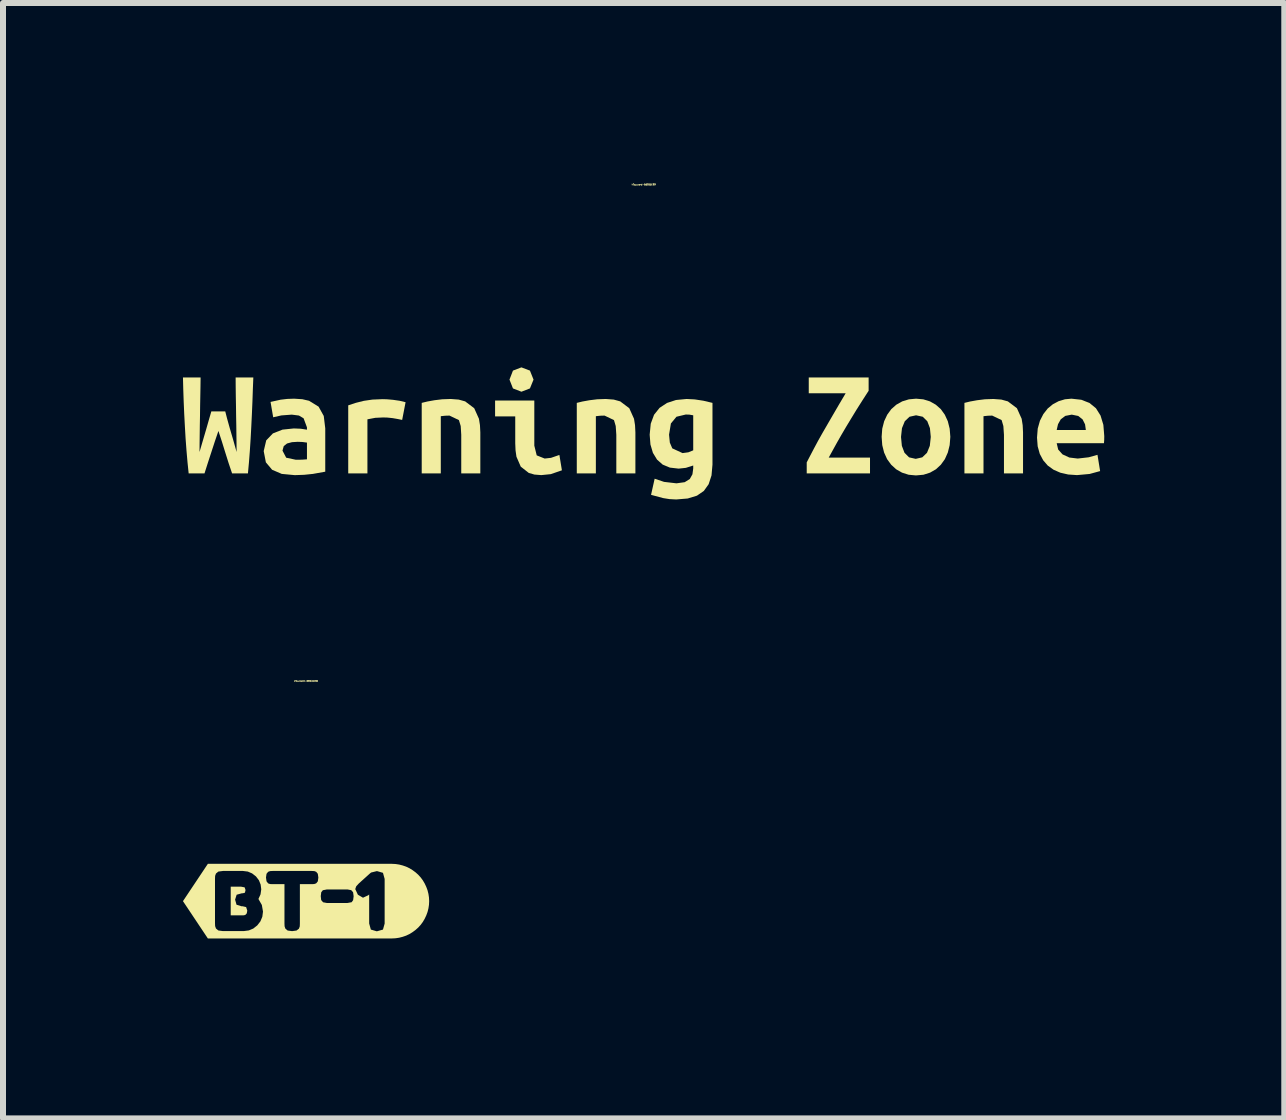
<source format=kicad_pcb>
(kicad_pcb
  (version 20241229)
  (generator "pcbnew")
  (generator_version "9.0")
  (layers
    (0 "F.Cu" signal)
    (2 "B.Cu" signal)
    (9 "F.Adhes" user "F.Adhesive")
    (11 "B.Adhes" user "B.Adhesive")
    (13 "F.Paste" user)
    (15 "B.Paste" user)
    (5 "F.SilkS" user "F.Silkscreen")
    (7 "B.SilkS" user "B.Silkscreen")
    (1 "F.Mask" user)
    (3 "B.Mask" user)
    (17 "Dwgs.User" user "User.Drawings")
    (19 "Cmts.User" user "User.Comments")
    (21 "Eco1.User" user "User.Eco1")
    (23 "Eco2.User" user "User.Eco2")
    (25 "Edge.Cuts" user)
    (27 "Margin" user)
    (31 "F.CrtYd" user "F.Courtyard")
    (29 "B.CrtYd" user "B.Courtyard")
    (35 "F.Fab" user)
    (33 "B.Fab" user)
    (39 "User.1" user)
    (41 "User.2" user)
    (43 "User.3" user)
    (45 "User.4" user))
  (footprint "kibuzzard-66935E99"
    (layer "F.Cu")
    (at 7.679 4.175)
    (property "Reference" "kibuzzard-66935E99" (at 0 -4.149 180) (layer "F.SilkS") (effects (font (size 0.025 0.025) (thickness 0.15))))
    (attr board_only exclude_from_pos_files exclude_from_bom)
    (fp_poly (pts (xy -1.835 -0.897) (xy -1.895 -0.75) (xy -2.037 -0.695) (xy -2.178 -0.75) (xy -2.236 -0.897) (xy -2.178 -1.047) (xy -2.037 -1.101) (xy -1.895 -1.047) (xy -1.835 -0.897)) (stroke (width 0) (type solid)) (fill yes) (layer "F.SilkS"))
    (fp_poly (pts (xy -4.025 -0.225) (xy -4.098 -0.24) (xy -4.185 -0.255) (xy -4.27 -0.264) (xy -4.34 -0.266) (xy -4.472 -0.26) (xy -4.604 -0.235) (xy -4.604 0.667) (xy -4.924 0.667) (xy -4.924 -0.468) (xy -4.796 -0.51) (xy -4.664 -0.543) (xy -4.52 -0.564) (xy -4.353 -0.571) (xy -4.279 -0.569) (xy -4.177 -0.56) (xy -4.067 -0.544) (xy -3.968 -0.52) (xy -4.025 -0.225)) (stroke (width 0) (type solid)) (fill yes) (layer "F.SilkS"))
    (fp_poly (pts (xy -1.362 0.615) (xy -1.547 0.679) (xy -1.706 0.695) (xy -1.82 0.686) (xy -1.914 0.659) (xy -2.048 0.554) (xy -2.12 0.388) (xy -2.135 0.282) (xy -2.14 0.163) (xy -2.14 -0.284) (xy -2.476 -0.284) (xy -2.476 -0.548) (xy -1.822 -0.548) (xy -1.822 0.204) (xy -1.782 0.366) (xy -1.649 0.419) (xy -1.543 0.407) (xy -1.404 0.359) (xy -1.362 0.615)) (stroke (width 0) (type solid)) (fill yes) (layer "F.SilkS"))
    (fp_poly (pts (xy -3.699 -0.509) (xy -3.604 -0.532) (xy -3.488 -0.553) (xy -3.357 -0.569) (xy -3.216 -0.574) (xy -3.083 -0.564) (xy -2.975 -0.534) (xy -2.824 -0.42) (xy -2.745 -0.244) (xy -2.728 -0.137) (xy -2.722 -0.018) (xy -2.722 0.667) (xy -3.04 0.667) (xy -3.04 0.023) (xy -3.049 -0.123) (xy -3.079 -0.222) (xy -3.236 -0.297) (xy -3.307 -0.295) (xy -3.381 -0.287) (xy -3.381 0.667) (xy -3.699 0.667) (xy -3.699 -0.509)) (stroke (width 0) (type solid)) (fill yes) (layer "F.SilkS"))
    (fp_poly (pts (xy -1.114 -0.509) (xy -1.019 -0.532) (xy -0.903 -0.553) (xy -0.773 -0.569) (xy -0.631 -0.574) (xy -0.498 -0.564) (xy -0.39 -0.534) (xy -0.239 -0.42) (xy -0.16 -0.244) (xy -0.143 -0.137) (xy -0.137 -0.018) (xy -0.137 0.667) (xy -0.455 0.667) (xy -0.455 0.023) (xy -0.465 -0.123) (xy -0.494 -0.222) (xy -0.651 -0.297) (xy -0.722 -0.295) (xy -0.796 -0.287) (xy -0.796 0.667) (xy -1.114 0.667) (xy -1.114 -0.509)) (stroke (width 0) (type solid)) (fill yes) (layer "F.SilkS"))
    (fp_poly (pts (xy 5.348 -0.509) (xy 5.443 -0.532) (xy 5.559 -0.553) (xy 5.689 -0.569) (xy 5.831 -0.574) (xy 5.964 -0.564) (xy 6.072 -0.534) (xy 6.223 -0.42) (xy 6.302 -0.244) (xy 6.319 -0.137) (xy 6.325 -0.018) (xy 6.325 0.667) (xy 6.007 0.667) (xy 6.007 0.023) (xy 5.997 -0.123) (xy 5.968 -0.222) (xy 5.811 -0.297) (xy 5.74 -0.295) (xy 5.666 -0.287) (xy 5.666 0.667) (xy 5.348 0.667) (xy 5.348 -0.509)) (stroke (width 0) (type solid)) (fill yes) (layer "F.SilkS"))
    (fp_poly (pts (xy 3.751 -0.711) (xy 3.644 -0.545) (xy 3.546 -0.39) (xy 3.457 -0.244) (xy 3.373 -0.105) (xy 3.295 0.028) (xy 3.222 0.156) (xy 3.153 0.281) (xy 3.086 0.403) (xy 3.774 0.403) (xy 3.774 0.667) (xy 2.719 0.667) (xy 2.719 0.483) (xy 2.778 0.369) (xy 2.841 0.249) (xy 2.909 0.122) (xy 2.985 -0.013) (xy 3.069 -0.158) (xy 3.16 -0.315) (xy 3.259 -0.485) (xy 3.368 -0.669) (xy 2.753 -0.669) (xy 2.753 -0.933) (xy 3.751 -0.933) (xy 3.751 -0.711)) (stroke (width 0) (type solid)) (fill yes) (layer "F.SilkS"))
    (fp_poly (pts (xy -5.826 -0.579) (xy -5.689 -0.57) (xy -5.577 -0.544) (xy -5.418 -0.446) (xy -5.332 -0.291) (xy -5.307 -0.085) (xy -5.307 0.638) (xy -5.513 0.675) (xy -5.659 0.69) (xy -5.798 0.695) (xy -5.798 0.439) (xy -5.697 0.438) (xy -5.612 0.432) (xy -5.612 0.153) (xy -5.687 0.143) (xy -5.767 0.14) (xy -5.862 0.146) (xy -5.944 0.168) (xy -5.999 0.212) (xy -6.02 0.287) (xy -5.958 0.405) (xy -5.798 0.439) (xy -5.798 0.695) (xy -5.821 0.695) (xy -6.032 0.675) (xy -6.193 0.606) (xy -6.297 0.482) (xy -6.333 0.295) (xy -6.291 0.116) (xy -6.18 0) (xy -6.02 -0.063) (xy -5.831 -0.083) (xy -5.714 -0.078) (xy -5.612 -0.062) (xy -5.612 -0.101) (xy -5.668 -0.252) (xy -5.746 -0.298) (xy -5.865 -0.313) (xy -6.039 -0.3) (xy -6.175 -0.269) (xy -6.219 -0.525) (xy -6.051 -0.562) (xy -5.941 -0.575) (xy -5.826 -0.579)) (stroke (width 0) (type solid)) (fill yes) (layer "F.SilkS"))
    (fp_poly (pts (xy 6.558 0.07) (xy 6.57 -0.081) (xy 6.607 -0.212) (xy 6.664 -0.323) (xy 6.736 -0.415) (xy 6.822 -0.486) (xy 6.92 -0.538) (xy 7.024 -0.569) (xy 7.132 -0.579) (xy 7.296 -0.561) (xy 7.432 -0.508) (xy 7.54 -0.42) (xy 7.617 -0.298) (xy 7.664 -0.143) (xy 7.679 0.044) (xy 7.678 0.109) (xy 7.674 0.163) (xy 7.372 0.163) (xy 7.372 -0.057) (xy 7.359 -0.151) (xy 7.318 -0.233) (xy 7.245 -0.291) (xy 7.137 -0.313) (xy 7.029 -0.292) (xy 6.954 -0.235) (xy 6.908 -0.153) (xy 6.886 -0.057) (xy 7.372 -0.057) (xy 7.372 0.163) (xy 6.886 0.163) (xy 6.911 0.269) (xy 6.984 0.35) (xy 7.097 0.402) (xy 7.237 0.419) (xy 7.42 0.398) (xy 7.566 0.357) (xy 7.61 0.628) (xy 7.434 0.676) (xy 7.225 0.695) (xy 7.078 0.685) (xy 6.947 0.655) (xy 6.833 0.605) (xy 6.737 0.536) (xy 6.661 0.448) (xy 6.604 0.341) (xy 6.569 0.215) (xy 6.558 0.07)) (stroke (width 0) (type solid)) (fill yes) (layer "F.SilkS"))
    (fp_poly (pts (xy 1.148 0.52) (xy 1.132 0.7) (xy 1.084 0.847) (xy 1.004 0.959) (xy 0.889 1.038) (xy 0.735 1.085) (xy 0.543 1.101) (xy 0.431 1.095) (xy 0.324 1.078) (xy 0.124 1.024) (xy 0.184 0.755) (xy 0.341 0.808) (xy 0.548 0.832) (xy 0.685 0.813) (xy 0.77 0.76) (xy 0.814 0.681) (xy 0.827 0.584) (xy 0.827 0.535) (xy 0.704 0.574) (xy 0.649 0.58) (xy 0.649 0.328) (xy 0.746 0.315) (xy 0.827 0.282) (xy 0.827 -0.302) (xy 0.763 -0.313) (xy 0.703 -0.315) (xy 0.548 -0.278) (xy 0.455 -0.166) (xy 0.424 0.021) (xy 0.437 0.153) (xy 0.478 0.249) (xy 0.649 0.328) (xy 0.649 0.58) (xy 0.584 0.587) (xy 0.438 0.57) (xy 0.318 0.52) (xy 0.224 0.437) (xy 0.155 0.324) (xy 0.114 0.185) (xy 0.101 0.021) (xy 0.119 -0.162) (xy 0.174 -0.311) (xy 0.266 -0.426) (xy 0.39 -0.508) (xy 0.54 -0.557) (xy 0.716 -0.574) (xy 0.852 -0.567) (xy 0.996 -0.545) (xy 1.148 -0.509) (xy 1.148 0.52)) (stroke (width 0) (type solid)) (fill yes) (layer "F.SilkS"))
    (fp_poly (pts (xy 5.113 0.057) (xy 5.102 0.195) (xy 5.071 0.319) (xy 5.022 0.429) (xy 4.955 0.522) (xy 4.873 0.598) (xy 4.775 0.654) (xy 4.665 0.689) (xy 4.542 0.7) (xy 4.536 0.7) (xy 4.536 0.424) (xy 4.645 0.399) (xy 4.724 0.323) (xy 4.771 0.207) (xy 4.787 0.059) (xy 4.773 -0.088) (xy 4.729 -0.203) (xy 4.653 -0.278) (xy 4.542 -0.302) (xy 4.433 -0.278) (xy 4.354 -0.203) (xy 4.307 -0.088) (xy 4.291 0.059) (xy 4.305 0.207) (xy 4.349 0.323) (xy 4.425 0.399) (xy 4.536 0.424) (xy 4.536 0.7) (xy 4.418 0.689) (xy 4.308 0.654) (xy 4.21 0.598) (xy 4.127 0.522) (xy 4.059 0.429) (xy 4.009 0.319) (xy 3.978 0.195) (xy 3.968 0.057) (xy 3.978 -0.079) (xy 4.01 -0.203) (xy 4.061 -0.312) (xy 4.129 -0.405) (xy 4.213 -0.479) (xy 4.311 -0.534) (xy 4.422 -0.568) (xy 4.542 -0.579) (xy 4.663 -0.568) (xy 4.773 -0.534) (xy 4.87 -0.479) (xy 4.954 -0.405) (xy 5.021 -0.312) (xy 5.071 -0.203) (xy 5.102 -0.079) (xy 5.113 0.057)) (stroke (width 0) (type solid)) (fill yes) (layer "F.SilkS"))
    (fp_poly (pts (xy -6.974 -0.367) (xy -6.943 -0.246) (xy -6.898 -0.085) (xy -6.843 0.103) (xy -6.785 0.31) (xy -6.786 0.171) (xy -6.788 0.022) (xy -6.79 -0.133) (xy -6.793 -0.292) (xy -6.795 -0.453) (xy -6.798 -0.616) (xy -6.8 -0.778) (xy -6.801 -0.933) (xy -6.506 -0.933) (xy -6.514 -0.734) (xy -6.521 -0.529) (xy -6.53 -0.321) (xy -6.54 -0.115) (xy -6.551 0.089) (xy -6.564 0.289) (xy -6.579 0.483) (xy -6.596 0.667) (xy -6.86 0.667) (xy -6.917 0.498) (xy -6.974 0.317) (xy -7.031 0.133) (xy -7.088 -0.041) (xy -7.146 0.129) (xy -7.206 0.313) (xy -7.266 0.497) (xy -7.32 0.667) (xy -7.584 0.667) (xy -7.603 0.483) (xy -7.62 0.288) (xy -7.635 0.087) (xy -7.647 -0.118) (xy -7.658 -0.324) (xy -7.667 -0.531) (xy -7.674 -0.736) (xy -7.679 -0.933) (xy -7.385 -0.933) (xy -7.387 -0.778) (xy -7.39 -0.618) (xy -7.393 -0.455) (xy -7.395 -0.293) (xy -7.398 -0.134) (xy -7.4 0.022) (xy -7.402 0.171) (xy -7.403 0.31) (xy -7.35 0.129) (xy -7.293 -0.065) (xy -7.243 -0.24) (xy -7.206 -0.367) (xy -6.974 -0.367)) (stroke (width 0) (type solid)) (fill yes) (layer "F.SilkS")))
  (footprint "kibuzzard-66940ABD"
    (layer "F.Cu")
    (at 2.052 11.972)
    (property "Reference" "kibuzzard-66940ABD" (at 0 -3.67 180) (layer "F.SilkS") (effects (font (size 0.025 0.025) (thickness 0.15))))
    (attr board_only exclude_from_pos_files exclude_from_bom)
    (fp_poly (pts (xy -1.256 0.237) (xy -1.051 0.237) (xy -1.031 0.235) (xy -1.009 0.227) (xy -0.988 0.203) (xy -0.98 0.158) (xy -0.999 0.099) (xy -1.059 0.085) (xy -1.077 0.085) (xy -1.159 0.06) (xy -1.183 -0.025) (xy -1.157 -0.107) (xy -1.07 -0.131) (xy -1.053 -0.131) (xy -1.019 -0.141) (xy -1.009 -0.185) (xy -1.024 -0.23) (xy -1.083 -0.241) (xy -1.256 -0.241) (xy -1.256 0.237)) (stroke (width 0) (type solid)) (fill yes) (layer "F.SilkS"))
    (fp_poly (pts (xy -1.518 -0.622) (xy -1.637 -0.622) (xy -2.052 0) (xy -1.637 0.622) (xy -1.518 0.622) (xy -1.388 0.622) (xy -1.388 0.499) (xy -1.462 0.489) (xy -1.502 0.456) (xy -1.516 0.416) (xy -1.518 0.366) (xy -1.518 -0.373) (xy -1.516 -0.421) (xy -1.502 -0.46) (xy -1.462 -0.493) (xy -1.386 -0.503) (xy -1.051 -0.503) (xy -0.971 -0.493) (xy -0.899 -0.462) (xy -0.835 -0.412) (xy -0.786 -0.348) (xy -0.757 -0.276) (xy -0.747 -0.197) (xy -0.759 -0.113) (xy -0.794 -0.036) (xy -0.737 0.064) (xy -0.718 0.174) (xy -0.729 0.26) (xy -0.761 0.337) (xy -0.813 0.404) (xy -0.88 0.457) (xy -0.954 0.488) (xy -1.037 0.499) (xy -1.388 0.499) (xy -1.388 0.622) (xy -0.233 0.622) (xy -0.233 0.5) (xy -0.307 0.49) (xy -0.345 0.458) (xy -0.358 0.419) (xy -0.36 0.371) (xy -0.36 -0.283) (xy -0.559 -0.283) (xy -0.6 -0.285) (xy -0.632 -0.296) (xy -0.659 -0.33) (xy -0.668 -0.394) (xy -0.659 -0.456) (xy -0.632 -0.489) (xy -0.599 -0.501) (xy -0.558 -0.503) (xy 0.096 -0.503) (xy 0.137 -0.501) (xy 0.169 -0.489) (xy 0.196 -0.456) (xy 0.205 -0.393) (xy 0.196 -0.33) (xy 0.168 -0.296) (xy 0.135 -0.285) (xy 0.094 -0.283) (xy -0.103 -0.283) (xy -0.103 0.373) (xy -0.105 0.421) (xy -0.119 0.459) (xy -0.159 0.49) (xy -0.233 0.5) (xy -0.233 0.622) (xy 0.688 0.622) (xy 0.688 0.031) (xy 0.348 0.031) (xy 0.284 0.019) (xy 0.252 -0.018) (xy 0.245 -0.084) (xy 0.253 -0.148) (xy 0.28 -0.182) (xy 0.349 -0.195) (xy 0.69 -0.195) (xy 0.753 -0.183) (xy 0.784 -0.148) (xy 0.793 -0.082) (xy 0.785 -0.017) (xy 0.76 0.018) (xy 0.688 0.031) (xy 0.688 0.622) (xy 1.18 0.622) (xy 1.18 0.503) (xy 1.08 0.474) (xy 1.052 0.373) (xy 1.052 -0.111) (xy 1.037 -0.098) (xy 0.949 -0.057) (xy 0.864 -0.107) (xy 0.82 -0.201) (xy 0.836 -0.247) (xy 0.88 -0.295) (xy 1.062 -0.459) (xy 1.084 -0.477) (xy 1.182 -0.501) (xy 1.282 -0.472) (xy 1.31 -0.37) (xy 1.31 0.374) (xy 1.282 0.474) (xy 1.18 0.503) (xy 1.18 0.622) (xy 1.31 0.622) (xy 1.43 0.622) (xy 1.491 0.619) (xy 1.551 0.61) (xy 1.61 0.595) (xy 1.668 0.575) (xy 1.723 0.549) (xy 1.775 0.517) (xy 1.824 0.481) (xy 1.87 0.44) (xy 1.911 0.395) (xy 1.947 0.346) (xy 1.978 0.293) (xy 2.004 0.238) (xy 2.025 0.181) (xy 2.04 0.121) (xy 2.049 0.061) (xy 2.052 0) (xy 2.049 -0.061) (xy 2.04 -0.121) (xy 2.025 -0.181) (xy 2.004 -0.238) (xy 1.978 -0.293) (xy 1.947 -0.346) (xy 1.911 -0.395) (xy 1.87 -0.44) (xy 1.824 -0.481) (xy 1.775 -0.517) (xy 1.723 -0.549) (xy 1.668 -0.575) (xy 1.61 -0.595) (xy 1.551 -0.61) (xy 1.491 -0.619) (xy 1.43 -0.622) (xy 1.31 -0.622) (xy -1.518 -0.622)) (stroke (width 0) (type solid)) (fill yes) (layer "F.SilkS")))
  (gr_rect
    (start -3 -3)
    (end 18.359 15.594)
    (stroke (width 0.1) (type default))
    (fill no)
    (layer "Edge.Cuts")))
</source>
